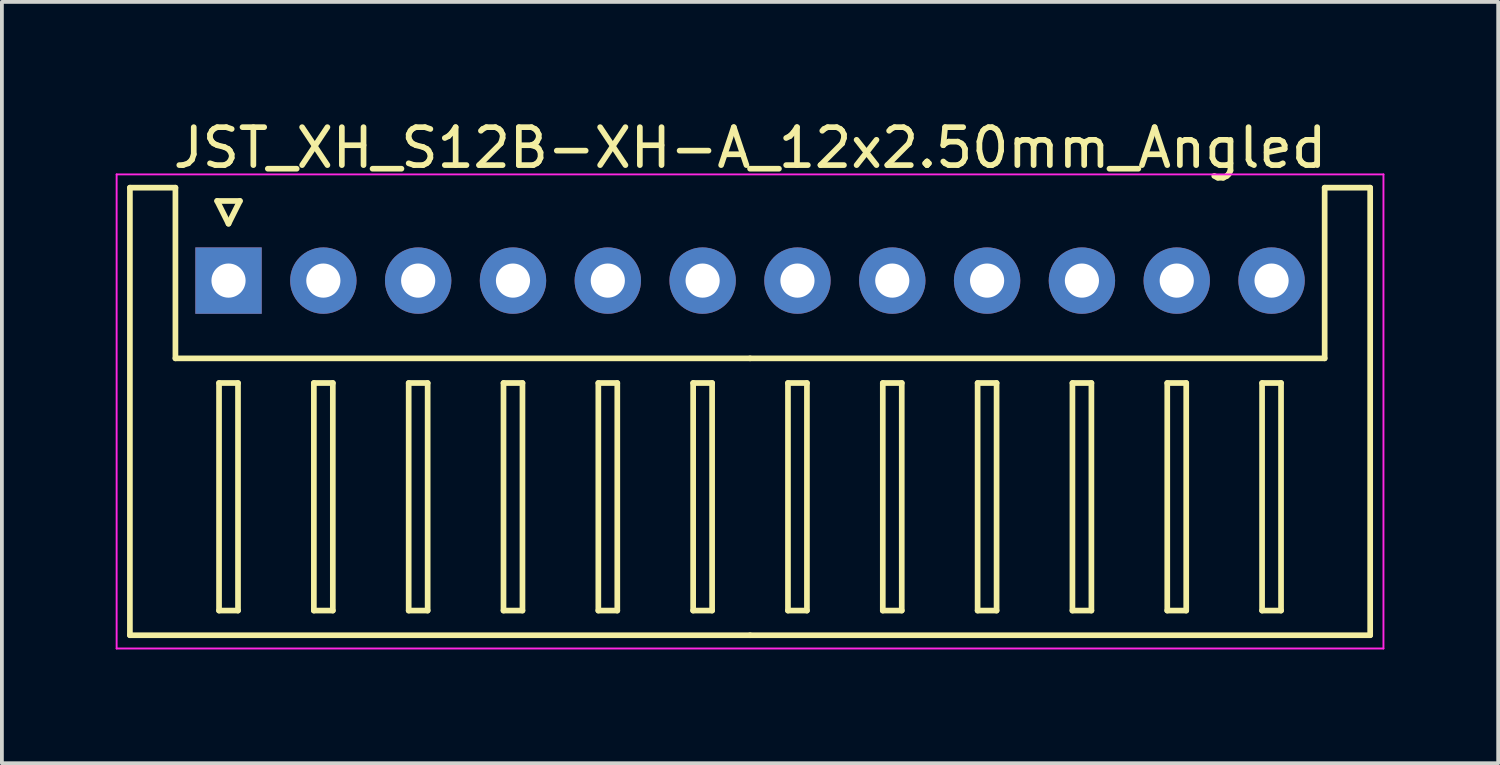
<source format=kicad_pcb>
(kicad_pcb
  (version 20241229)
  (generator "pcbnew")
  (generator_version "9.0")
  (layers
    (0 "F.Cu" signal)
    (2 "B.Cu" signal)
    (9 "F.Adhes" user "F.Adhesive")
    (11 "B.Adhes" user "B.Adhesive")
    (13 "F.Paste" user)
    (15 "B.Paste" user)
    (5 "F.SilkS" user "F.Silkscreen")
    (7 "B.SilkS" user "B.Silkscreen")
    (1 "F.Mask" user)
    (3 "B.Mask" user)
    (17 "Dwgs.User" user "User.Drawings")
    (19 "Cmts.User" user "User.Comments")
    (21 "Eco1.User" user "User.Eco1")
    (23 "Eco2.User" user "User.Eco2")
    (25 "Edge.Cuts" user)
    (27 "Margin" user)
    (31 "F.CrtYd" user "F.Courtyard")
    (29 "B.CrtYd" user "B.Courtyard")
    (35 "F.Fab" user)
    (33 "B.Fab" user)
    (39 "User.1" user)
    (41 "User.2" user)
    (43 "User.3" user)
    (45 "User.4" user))
  (footprint "JST_XH_S12B-XH-A_12x2.50mm_Angled"
    (layer "F.Cu")
    (at 2.975 4.348)
    (property "Reference" "JST_XH_S12B-XH-A_12x2.50mm_Angled" (at 13.75 -3.5 0) (layer "F.SilkS") (effects (font (size 1 1) (thickness 0.15))))
    (attr through_hole)
    (fp_line (start -2.6 -2.45) (end -1.4 -2.45) (stroke (width 0.15) (type solid)) (layer "F.SilkS"))
    (fp_line (start -2.6 9.35) (end -2.6 -2.45) (stroke (width 0.15) (type solid)) (layer "F.SilkS"))
    (fp_line (start -1.4 -2.45) (end -1.4 2.05) (stroke (width 0.15) (type solid)) (layer "F.SilkS"))
    (fp_line (start -1.4 2.05) (end 13.75 2.05) (stroke (width 0.15) (type solid)) (layer "F.SilkS"))
    (fp_line (start -0.3 -2.1) (end 0.3 -2.1) (stroke (width 0.15) (type solid)) (layer "F.SilkS"))
    (fp_line (start -0.25 2.7) (end -0.25 8.7) (stroke (width 0.15) (type solid)) (layer "F.SilkS"))
    (fp_line (start -0.25 8.7) (end 0.25 8.7) (stroke (width 0.15) (type solid)) (layer "F.SilkS"))
    (fp_line (start 0 -1.5) (end -0.3 -2.1) (stroke (width 0.15) (type solid)) (layer "F.SilkS"))
    (fp_line (start 0.25 2.7) (end -0.25 2.7) (stroke (width 0.15) (type solid)) (layer "F.SilkS"))
    (fp_line (start 0.25 8.7) (end 0.25 2.7) (stroke (width 0.15) (type solid)) (layer "F.SilkS"))
    (fp_line (start 0.3 -2.1) (end 0 -1.5) (stroke (width 0.15) (type solid)) (layer "F.SilkS"))
    (fp_line (start 2.25 2.7) (end 2.25 8.7) (stroke (width 0.15) (type solid)) (layer "F.SilkS"))
    (fp_line (start 2.25 8.7) (end 2.75 8.7) (stroke (width 0.15) (type solid)) (layer "F.SilkS"))
    (fp_line (start 2.75 2.7) (end 2.25 2.7) (stroke (width 0.15) (type solid)) (layer "F.SilkS"))
    (fp_line (start 2.75 8.7) (end 2.75 2.7) (stroke (width 0.15) (type solid)) (layer "F.SilkS"))
    (fp_line (start 4.75 2.7) (end 4.75 8.7) (stroke (width 0.15) (type solid)) (layer "F.SilkS"))
    (fp_line (start 4.75 8.7) (end 5.25 8.7) (stroke (width 0.15) (type solid)) (layer "F.SilkS"))
    (fp_line (start 5.25 2.7) (end 4.75 2.7) (stroke (width 0.15) (type solid)) (layer "F.SilkS"))
    (fp_line (start 5.25 8.7) (end 5.25 2.7) (stroke (width 0.15) (type solid)) (layer "F.SilkS"))
    (fp_line (start 7.25 2.7) (end 7.25 8.7) (stroke (width 0.15) (type solid)) (layer "F.SilkS"))
    (fp_line (start 7.25 8.7) (end 7.75 8.7) (stroke (width 0.15) (type solid)) (layer "F.SilkS"))
    (fp_line (start 7.75 2.7) (end 7.25 2.7) (stroke (width 0.15) (type solid)) (layer "F.SilkS"))
    (fp_line (start 7.75 8.7) (end 7.75 2.7) (stroke (width 0.15) (type solid)) (layer "F.SilkS"))
    (fp_line (start 9.75 2.7) (end 9.75 8.7) (stroke (width 0.15) (type solid)) (layer "F.SilkS"))
    (fp_line (start 9.75 8.7) (end 10.25 8.7) (stroke (width 0.15) (type solid)) (layer "F.SilkS"))
    (fp_line (start 10.25 2.7) (end 9.75 2.7) (stroke (width 0.15) (type solid)) (layer "F.SilkS"))
    (fp_line (start 10.25 8.7) (end 10.25 2.7) (stroke (width 0.15) (type solid)) (layer "F.SilkS"))
    (fp_line (start 12.25 2.7) (end 12.25 8.7) (stroke (width 0.15) (type solid)) (layer "F.SilkS"))
    (fp_line (start 12.25 8.7) (end 12.75 8.7) (stroke (width 0.15) (type solid)) (layer "F.SilkS"))
    (fp_line (start 12.75 2.7) (end 12.25 2.7) (stroke (width 0.15) (type solid)) (layer "F.SilkS"))
    (fp_line (start 12.75 8.7) (end 12.75 2.7) (stroke (width 0.15) (type solid)) (layer "F.SilkS"))
    (fp_line (start 13.75 9.35) (end -2.6 9.35) (stroke (width 0.15) (type solid)) (layer "F.SilkS"))
    (fp_line (start 13.75 9.35) (end 30.1 9.35) (stroke (width 0.15) (type solid)) (layer "F.SilkS"))
    (fp_line (start 14.75 2.7) (end 14.75 8.7) (stroke (width 0.15) (type solid)) (layer "F.SilkS"))
    (fp_line (start 14.75 8.7) (end 15.25 8.7) (stroke (width 0.15) (type solid)) (layer "F.SilkS"))
    (fp_line (start 15.25 2.7) (end 14.75 2.7) (stroke (width 0.15) (type solid)) (layer "F.SilkS"))
    (fp_line (start 15.25 8.7) (end 15.25 2.7) (stroke (width 0.15) (type solid)) (layer "F.SilkS"))
    (fp_line (start 17.25 2.7) (end 17.25 8.7) (stroke (width 0.15) (type solid)) (layer "F.SilkS"))
    (fp_line (start 17.25 8.7) (end 17.75 8.7) (stroke (width 0.15) (type solid)) (layer "F.SilkS"))
    (fp_line (start 17.75 2.7) (end 17.25 2.7) (stroke (width 0.15) (type solid)) (layer "F.SilkS"))
    (fp_line (start 17.75 8.7) (end 17.75 2.7) (stroke (width 0.15) (type solid)) (layer "F.SilkS"))
    (fp_line (start 19.75 2.7) (end 19.75 8.7) (stroke (width 0.15) (type solid)) (layer "F.SilkS"))
    (fp_line (start 19.75 8.7) (end 20.25 8.7) (stroke (width 0.15) (type solid)) (layer "F.SilkS"))
    (fp_line (start 20.25 2.7) (end 19.75 2.7) (stroke (width 0.15) (type solid)) (layer "F.SilkS"))
    (fp_line (start 20.25 8.7) (end 20.25 2.7) (stroke (width 0.15) (type solid)) (layer "F.SilkS"))
    (fp_line (start 22.25 2.7) (end 22.25 8.7) (stroke (width 0.15) (type solid)) (layer "F.SilkS"))
    (fp_line (start 22.25 8.7) (end 22.75 8.7) (stroke (width 0.15) (type solid)) (layer "F.SilkS"))
    (fp_line (start 22.75 2.7) (end 22.25 2.7) (stroke (width 0.15) (type solid)) (layer "F.SilkS"))
    (fp_line (start 22.75 8.7) (end 22.75 2.7) (stroke (width 0.15) (type solid)) (layer "F.SilkS"))
    (fp_line (start 24.75 2.7) (end 24.75 8.7) (stroke (width 0.15) (type solid)) (layer "F.SilkS"))
    (fp_line (start 24.75 8.7) (end 25.25 8.7) (stroke (width 0.15) (type solid)) (layer "F.SilkS"))
    (fp_line (start 25.25 2.7) (end 24.75 2.7) (stroke (width 0.15) (type solid)) (layer "F.SilkS"))
    (fp_line (start 25.25 8.7) (end 25.25 2.7) (stroke (width 0.15) (type solid)) (layer "F.SilkS"))
    (fp_line (start 27.25 2.7) (end 27.25 8.7) (stroke (width 0.15) (type solid)) (layer "F.SilkS"))
    (fp_line (start 27.25 8.7) (end 27.75 8.7) (stroke (width 0.15) (type solid)) (layer "F.SilkS"))
    (fp_line (start 27.75 2.7) (end 27.25 2.7) (stroke (width 0.15) (type solid)) (layer "F.SilkS"))
    (fp_line (start 27.75 8.7) (end 27.75 2.7) (stroke (width 0.15) (type solid)) (layer "F.SilkS"))
    (fp_line (start 28.9 -2.45) (end 28.9 2.05) (stroke (width 0.15) (type solid)) (layer "F.SilkS"))
    (fp_line (start 28.9 2.05) (end 13.75 2.05) (stroke (width 0.15) (type solid)) (layer "F.SilkS"))
    (fp_line (start 30.1 -2.45) (end 28.9 -2.45) (stroke (width 0.15) (type solid)) (layer "F.SilkS"))
    (fp_line (start 30.1 9.35) (end 30.1 -2.45) (stroke (width 0.15) (type solid)) (layer "F.SilkS"))
    (fp_line (start -2.95 -2.8) (end -2.95 9.7) (stroke (width 0.05) (type solid)) (layer "F.CrtYd"))
    (fp_line (start -2.95 9.7) (end 30.45 9.7) (stroke (width 0.05) (type solid)) (layer "F.CrtYd"))
    (fp_line (start 30.45 -2.8) (end -2.95 -2.8) (stroke (width 0.05) (type solid)) (layer "F.CrtYd"))
    (fp_line (start 30.45 9.7) (end 30.45 -2.8) (stroke (width 0.05) (type solid)) (layer "F.CrtYd"))
    (pad "1" thru_hole rect (at 0 0) (size 1.75 1.75) (drill 0.9) (layers "*.Cu" "*.Mask"))
    (pad "2" thru_hole circle (at 2.5 0) (size 1.75 1.75) (drill 0.9) (layers "*.Cu" "*.Mask"))
    (pad "3" thru_hole circle (at 5 0) (size 1.75 1.75) (drill 0.9) (layers "*.Cu" "*.Mask"))
    (pad "4" thru_hole circle (at 7.5 0) (size 1.75 1.75) (drill 0.9) (layers "*.Cu" "*.Mask"))
    (pad "5" thru_hole circle (at 10 0) (size 1.75 1.75) (drill 0.9) (layers "*.Cu" "*.Mask"))
    (pad "6" thru_hole circle (at 12.5 0) (size 1.75 1.75) (drill 0.9) (layers "*.Cu" "*.Mask"))
    (pad "7" thru_hole circle (at 15 0) (size 1.75 1.75) (drill 0.9) (layers "*.Cu" "*.Mask"))
    (pad "8" thru_hole circle (at 17.5 0) (size 1.75 1.75) (drill 0.9) (layers "*.Cu" "*.Mask"))
    (pad "9" thru_hole circle (at 20 0) (size 1.75 1.75) (drill 0.9) (layers "*.Cu" "*.Mask"))
    (pad "10" thru_hole circle (at 22.5 0) (size 1.75 1.75) (drill 0.9) (layers "*.Cu" "*.Mask"))
    (pad "11" thru_hole circle (at 25 0) (size 1.75 1.75) (drill 0.9) (layers "*.Cu" "*.Mask"))
    (pad "12" thru_hole circle (at 27.5 0) (size 1.75 1.75) (drill 0.9) (layers "*.Cu" "*.Mask")))
  (gr_rect
    (start -3 -3)
    (end 36.45 17.073)
    (stroke (width 0.1) (type default))
    (fill no)
    (layer "Edge.Cuts")))
</source>
